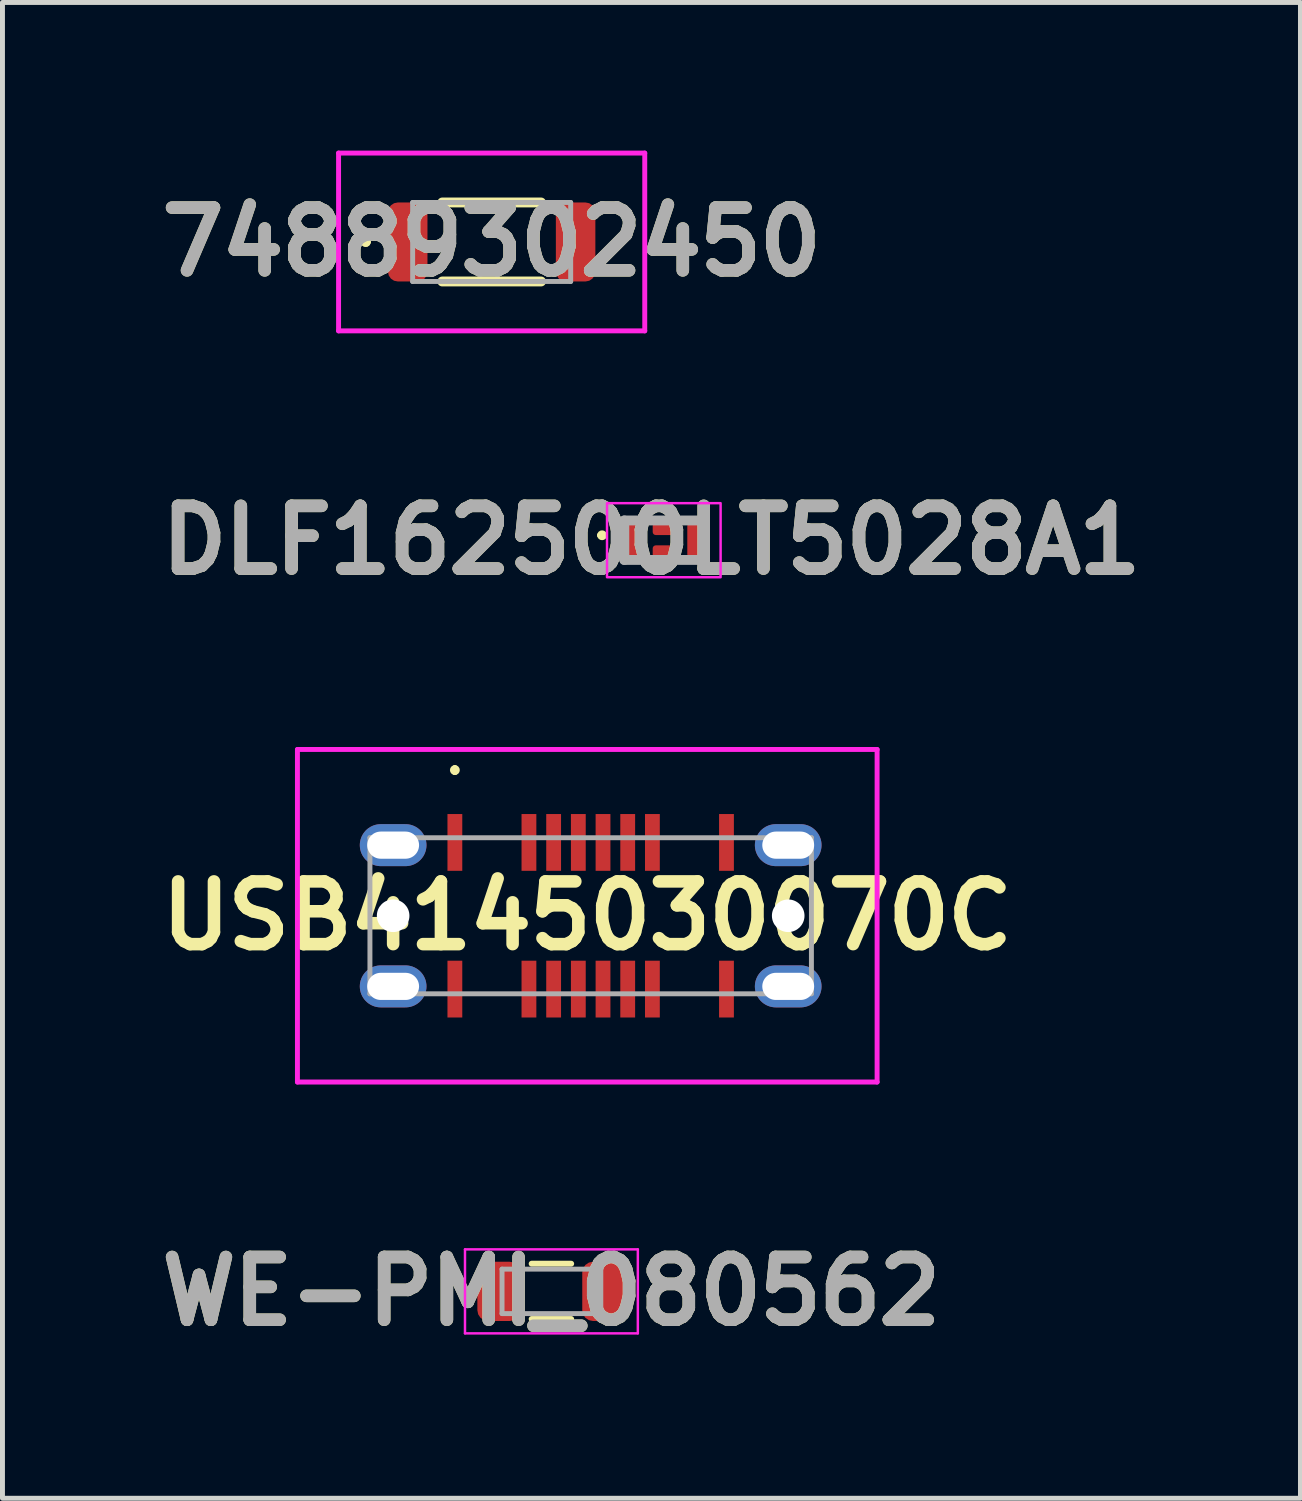
<source format=kicad_pcb>
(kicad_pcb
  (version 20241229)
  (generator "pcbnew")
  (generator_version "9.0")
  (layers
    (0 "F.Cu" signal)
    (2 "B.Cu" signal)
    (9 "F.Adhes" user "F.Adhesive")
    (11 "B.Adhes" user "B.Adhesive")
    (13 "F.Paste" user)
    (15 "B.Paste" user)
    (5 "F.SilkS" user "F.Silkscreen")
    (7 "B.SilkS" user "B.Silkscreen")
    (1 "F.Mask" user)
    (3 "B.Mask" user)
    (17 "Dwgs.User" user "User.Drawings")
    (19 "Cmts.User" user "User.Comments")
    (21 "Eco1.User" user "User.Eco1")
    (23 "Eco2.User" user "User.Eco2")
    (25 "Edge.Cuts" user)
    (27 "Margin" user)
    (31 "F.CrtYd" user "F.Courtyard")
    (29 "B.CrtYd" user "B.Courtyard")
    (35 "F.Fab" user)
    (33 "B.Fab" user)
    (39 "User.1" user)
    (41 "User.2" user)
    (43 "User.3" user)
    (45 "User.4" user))
  (footprint "WE-PMI_080562"
    (layer "F.Cu")
    (at 8.116 23.1)
    (property "Reference" "WE-PMI_080562" (at 0 0 0) (layer "F.SilkS") (effects (font (size 1.27 1.27) (thickness 0.254))))
    (attr smd)
    (fp_line (start -0.4 -0.56) (end 0.4 -0.56) (stroke (width 0.12) (type solid)) (layer "F.SilkS"))
    (fp_line (start -0.4 0.56) (end 0.4 0.56) (stroke (width 0.12) (type solid)) (layer "F.SilkS"))
    (fp_line (start -1.75 -0.85) (end 1.75 -0.85) (stroke (width 0.05) (type solid)) (layer "F.CrtYd"))
    (fp_line (start -1.75 0.85) (end -1.75 -0.85) (stroke (width 0.05) (type solid)) (layer "F.CrtYd"))
    (fp_line (start 1.75 -0.85) (end 1.75 0.85) (stroke (width 0.05) (type solid)) (layer "F.CrtYd"))
    (fp_line (start 1.75 0.85) (end -1.75 0.85) (stroke (width 0.05) (type solid)) (layer "F.CrtYd"))
    (fp_line (start -1 -0.45) (end 1 -0.45) (stroke (width 0.1) (type solid)) (layer "F.Fab"))
    (fp_line (start -1 0.45) (end -1 -0.45) (stroke (width 0.1) (type solid)) (layer "F.Fab"))
    (fp_line (start 1 -0.45) (end 1 0.45) (stroke (width 0.1) (type solid)) (layer "F.Fab"))
    (fp_line (start 1 0.45) (end -1 0.45) (stroke (width 0.1) (type solid)) (layer "F.Fab"))
    (fp_text user "${REFERENCE}" (at 0 0 0) (layer "F.Fab") (effects (font (size 1.27 1.27) (thickness 0.254))))
    (pad "1" smd roundrect (at -1.062 0) (size 0.875 1.2) (layers "F.Cu" "F.Mask" "F.Paste") (roundrect_rratio 0.25))
    (pad "2" smd roundrect (at 1.062 0) (size 0.875 1.2) (layers "F.Cu" "F.Mask" "F.Paste") (roundrect_rratio 0.25)))
  (footprint "DLF162500LT5028A1"
    (layer "F.Cu")
    (at 10.392 7.889)
    (property "Reference" "DLF162500LT5028A1" (at -0.25 0 0) (layer "F.SilkS") (effects (font (size 1.27 1.27) (thickness 0.254))))
    (attr smd)
    (fp_line (start -1.3 -0.1) (end -1.3 -0.1) (stroke (width 0.1) (type solid)) (layer "F.SilkS"))
    (fp_line (start -1.2 -0.1) (end -1.2 -0.1) (stroke (width 0.1) (type solid)) (layer "F.SilkS"))
    (fp_arc (start -1.3 -0.1) (mid -1.25 -0.15) (end -1.2 -0.1) (stroke (width 0.1) (type solid)) (layer "F.SilkS"))
    (fp_arc (start -1.2 -0.1) (mid -1.25 -0.05) (end -1.3 -0.1) (stroke (width 0.1) (type solid)) (layer "F.SilkS"))
    (fp_rect (start -1.15 -0.75) (end 1.15 0.75) (stroke (width 0.05) (type default)) (fill no) (layer "F.CrtYd"))
    (fp_line (start -0.8 -0.4) (end -0.8 0.4) (stroke (width 0.2) (type solid)) (layer "F.Fab"))
    (fp_line (start -0.8 0.4) (end 0.8 0.4) (stroke (width 0.2) (type solid)) (layer "F.Fab"))
    (fp_line (start 0.8 -0.4) (end -0.8 -0.4) (stroke (width 0.2) (type solid)) (layer "F.Fab"))
    (fp_line (start 0.8 0.4) (end 0.8 -0.4) (stroke (width 0.2) (type solid)) (layer "F.Fab"))
    (fp_text user "${REFERENCE}" (at -0.25 0 0) (layer "F.Fab") (effects (font (size 1.27 1.27) (thickness 0.254))))
    (pad "1" smd roundrect (at -0.612 0) (size 0.275 0.7) (layers "F.Cu" "F.Mask" "F.Paste") (roundrect_rratio 0.25))
    (pad "2" smd roundrect (at 0 0.227 90) (size 0.245 0.45) (layers "F.Cu" "F.Mask" "F.Paste") (roundrect_rratio 0.25))
    (pad "3" smd roundrect (at 0.613 0) (size 0.275 0.7) (layers "F.Cu" "F.Mask" "F.Paste") (roundrect_rratio 0.25))
    (pad "4" smd roundrect (at 0 -0.227 90) (size 0.245 0.45) (layers "F.Cu" "F.Mask" "F.Paste") (roundrect_rratio 0.25)))
  (footprint "74889302450"
    (layer "F.Cu")
    (at 6.906 1.85)
    (property "Reference" "74889302450" (at 0 0 0) (layer "F.SilkS") (effects (font (size 1.27 1.27) (thickness 0.254))))
    (attr smd)
    (fp_line (start -2.6 0) (end -2.6 0) (stroke (width 0.1) (type solid)) (layer "F.SilkS"))
    (fp_line (start -2.6 0) (end -2.6 0) (stroke (width 0.1) (type solid)) (layer "F.SilkS"))
    (fp_line (start -2.5 0) (end -2.5 0) (stroke (width 0.1) (type solid)) (layer "F.SilkS"))
    (fp_line (start -1 -0.8) (end 1 -0.8) (stroke (width 0.2) (type solid)) (layer "F.SilkS"))
    (fp_line (start -1 0.8) (end 1 0.8) (stroke (width 0.2) (type solid)) (layer "F.SilkS"))
    (fp_arc (start -2.6 0) (mid -2.55 -0.05) (end -2.5 0) (stroke (width 0.1) (type solid)) (layer "F.SilkS"))
    (fp_arc (start -2.5 0) (mid -2.55 0.05) (end -2.6 0) (stroke (width 0.1) (type solid)) (layer "F.SilkS"))
    (fp_arc (start -2.5 0) (mid -2.55 0.05) (end -2.6 0) (stroke (width 0.1) (type solid)) (layer "F.SilkS"))
    (fp_line (start -3.1 -1.8) (end 3.1 -1.8) (stroke (width 0.1) (type solid)) (layer "F.CrtYd"))
    (fp_line (start -3.1 1.8) (end -3.1 -1.8) (stroke (width 0.1) (type solid)) (layer "F.CrtYd"))
    (fp_line (start 3.1 -1.8) (end 3.1 1.8) (stroke (width 0.1) (type solid)) (layer "F.CrtYd"))
    (fp_line (start 3.1 1.8) (end -3.1 1.8) (stroke (width 0.1) (type solid)) (layer "F.CrtYd"))
    (fp_line (start -1.6 -0.8) (end -1.6 0.8) (stroke (width 0.1) (type solid)) (layer "F.Fab"))
    (fp_line (start -1.6 0.8) (end 1.6 0.8) (stroke (width 0.1) (type solid)) (layer "F.Fab"))
    (fp_line (start 1.6 -0.8) (end -1.6 -0.8) (stroke (width 0.1) (type solid)) (layer "F.Fab"))
    (fp_line (start 1.6 0.8) (end 1.6 -0.8) (stroke (width 0.1) (type solid)) (layer "F.Fab"))
    (fp_text user "${REFERENCE}" (at 0 0 0) (layer "F.Fab") (effects (font (size 1.27 1.27) (thickness 0.254))))
    (pad "1" smd roundrect (at -1.7 0) (size 0.8 1.6) (layers "F.Cu" "F.Mask" "F.Paste") (roundrect_rratio 0.25))
    (pad "2" smd roundrect (at 1.7 0) (size 0.8 1.6) (layers "F.Cu" "F.Mask" "F.Paste") (roundrect_rratio 0.25)))
  (footprint "USB4145030070C"
    (layer "F.Cu")
    (at 8.911 15.494)
    (property "Reference" "USB4145030070C" (at -0.069 0 0) (layer "F.SilkS") (effects (font (size 1.27 1.27) (thickness 0.254))))
    (attr through_hole)
    (fp_line (start -2.75 -3) (end -2.75 -3) (stroke (width 0.1) (type solid)) (layer "F.SilkS"))
    (fp_line (start -2.75 -2.9) (end -2.75 -2.9) (stroke (width 0.1) (type solid)) (layer "F.SilkS"))
    (fp_arc (start -2.75 -3) (mid -2.7 -2.95) (end -2.75 -2.9) (stroke (width 0.1) (type solid)) (layer "F.SilkS"))
    (fp_arc (start -2.75 -2.9) (mid -2.8 -2.95) (end -2.75 -3) (stroke (width 0.1) (type solid)) (layer "F.SilkS"))
    (fp_line (start -5.938 -3.367) (end 5.8 -3.367) (stroke (width 0.1) (type solid)) (layer "F.CrtYd"))
    (fp_line (start -5.938 3.367) (end -5.938 -3.367) (stroke (width 0.1) (type solid)) (layer "F.CrtYd"))
    (fp_line (start 5.8 -3.367) (end 5.8 3.367) (stroke (width 0.1) (type solid)) (layer "F.CrtYd"))
    (fp_line (start 5.8 3.367) (end -5.938 3.367) (stroke (width 0.1) (type solid)) (layer "F.CrtYd"))
    (fp_line (start -4.47 -1.58) (end 4.47 -1.58) (stroke (width 0.1) (type solid)) (layer "F.Fab"))
    (fp_line (start -4.47 1.58) (end -4.47 -1.58) (stroke (width 0.1) (type solid)) (layer "F.Fab"))
    (fp_line (start 4.47 -1.58) (end 4.47 1.58) (stroke (width 0.1) (type solid)) (layer "F.Fab"))
    (fp_line (start 4.47 1.58) (end -4.47 1.58) (stroke (width 0.1) (type solid)) (layer "F.Fab"))
    (pad "" np_thru_hole circle (at -4 0) (size 0.66 0.66) (drill 0.66) (layers "*.Cu" "*.Mask"))
    (pad "" np_thru_hole circle (at 4 0) (size 0.66 0.66) (drill 0.66) (layers "*.Cu" "*.Mask"))
    (pad "A1" smd rect (at -2.75 -1.485) (size 0.3 1.15) (layers "F.Cu" "F.Mask" "F.Paste"))
    (pad "A4" smd rect (at -1.25 -1.485) (size 0.3 1.15) (layers "F.Cu" "F.Mask" "F.Paste"))
    (pad "A5" smd rect (at -0.75 -1.485) (size 0.3 1.15) (layers "F.Cu" "F.Mask" "F.Paste"))
    (pad "A6" smd rect (at -0.25 -1.485) (size 0.3 1.15) (layers "F.Cu" "F.Mask" "F.Paste"))
    (pad "A7" smd rect (at 0.25 -1.485) (size 0.3 1.15) (layers "F.Cu" "F.Mask" "F.Paste"))
    (pad "A8" smd rect (at 0.75 -1.485) (size 0.3 1.15) (layers "F.Cu" "F.Mask" "F.Paste"))
    (pad "A9" smd rect (at 1.25 -1.485) (size 0.3 1.15) (layers "F.Cu" "F.Mask" "F.Paste"))
    (pad "A12" smd rect (at 2.75 -1.485) (size 0.3 1.15) (layers "F.Cu" "F.Mask" "F.Paste"))
    (pad "B1" smd rect (at 2.75 1.485) (size 0.3 1.15) (layers "F.Cu" "F.Mask" "F.Paste"))
    (pad "B4" smd rect (at 1.25 1.485) (size 0.3 1.15) (layers "F.Cu" "F.Mask" "F.Paste"))
    (pad "B5" smd rect (at 0.75 1.485) (size 0.3 1.15) (layers "F.Cu" "F.Mask" "F.Paste"))
    (pad "B6" smd rect (at 0.25 1.485) (size 0.3 1.15) (layers "F.Cu" "F.Mask" "F.Paste"))
    (pad "B7" smd rect (at -0.25 1.485) (size 0.3 1.15) (layers "F.Cu" "F.Mask" "F.Paste"))
    (pad "B8" smd rect (at -0.75 1.485) (size 0.3 1.15) (layers "F.Cu" "F.Mask" "F.Paste"))
    (pad "B9" smd rect (at -1.25 1.485) (size 0.3 1.15) (layers "F.Cu" "F.Mask" "F.Paste"))
    (pad "B12" smd rect (at -2.75 1.485) (size 0.3 1.15) (layers "F.Cu" "F.Mask" "F.Paste"))
    (pad "MH" thru_hole oval (at -4 -1.43 90) (size 0.85 1.35) (drill oval 0.55 1.05) (layers "*.Cu" "*.Mask"))
    (pad "MH" thru_hole oval (at -4 1.43 90) (size 0.85 1.35) (drill oval 0.55 1.05) (layers "*.Cu" "*.Mask"))
    (pad "MH" thru_hole oval (at 4 -1.43 90) (size 0.85 1.35) (drill oval 0.55 1.05) (layers "*.Cu" "*.Mask"))
    (pad "MH" thru_hole oval (at 4 1.43 90) (size 0.85 1.35) (drill oval 0.55 1.05) (layers "*.Cu" "*.Mask")))
  (gr_rect
    (start -3 -3)
    (end 23.284 27.289)
    (stroke (width 0.1) (type default))
    (fill no)
    (layer "Edge.Cuts")))
</source>
